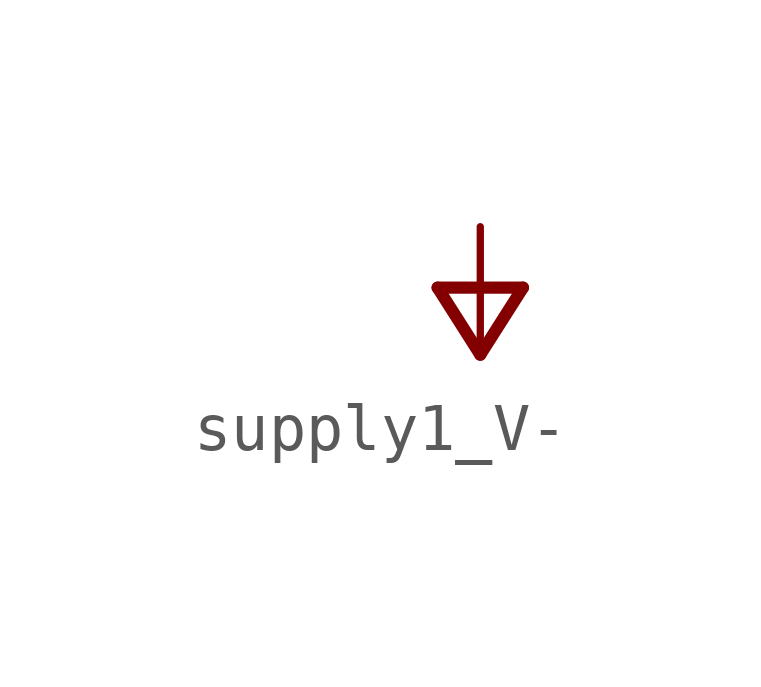
<source format=kicad_sym>
(kicad_symbol_lib
  (version 20241209)
  (generator "kicad_symbol_editor")
  (generator_version "9.0")
  (symbol "supply1_V-"
    (power)
    (property "Reference" "#P-"
      (at 0 0 0)
      (effects (font (size 1.27 1.27)) (hide yes)))
    (property "Value" ""
      (at -5.08 2.54 90)
      (effects (font (size 1.778 1.511)) (justify right top)))
    (property "ki_locked" ""
      (at 0 0 0)
      (effects (font (size 1.27 1.27))))
    (symbol "supply1_V-_1_0"
      (polyline (pts (xy -0.889 1.27) (xy 0 -0.127)) (stroke (width 0.254) (type solid)) (fill (type none)))
      (polyline (pts (xy -0.889 1.27) (xy 0.889 1.27)) (stroke (width 0.254) (type solid)) (fill (type none)))
      (polyline (pts (xy 0 -0.127) (xy 0.889 1.27)) (stroke (width 0.254) (type solid)) (fill (type none)))
      (pin power_in line (at 0 2.54 270) (length 2.54) (name "V-" (effects (font (size 0 0)))) (number "1" (effects (font (size 0 0))))))))
</source>
